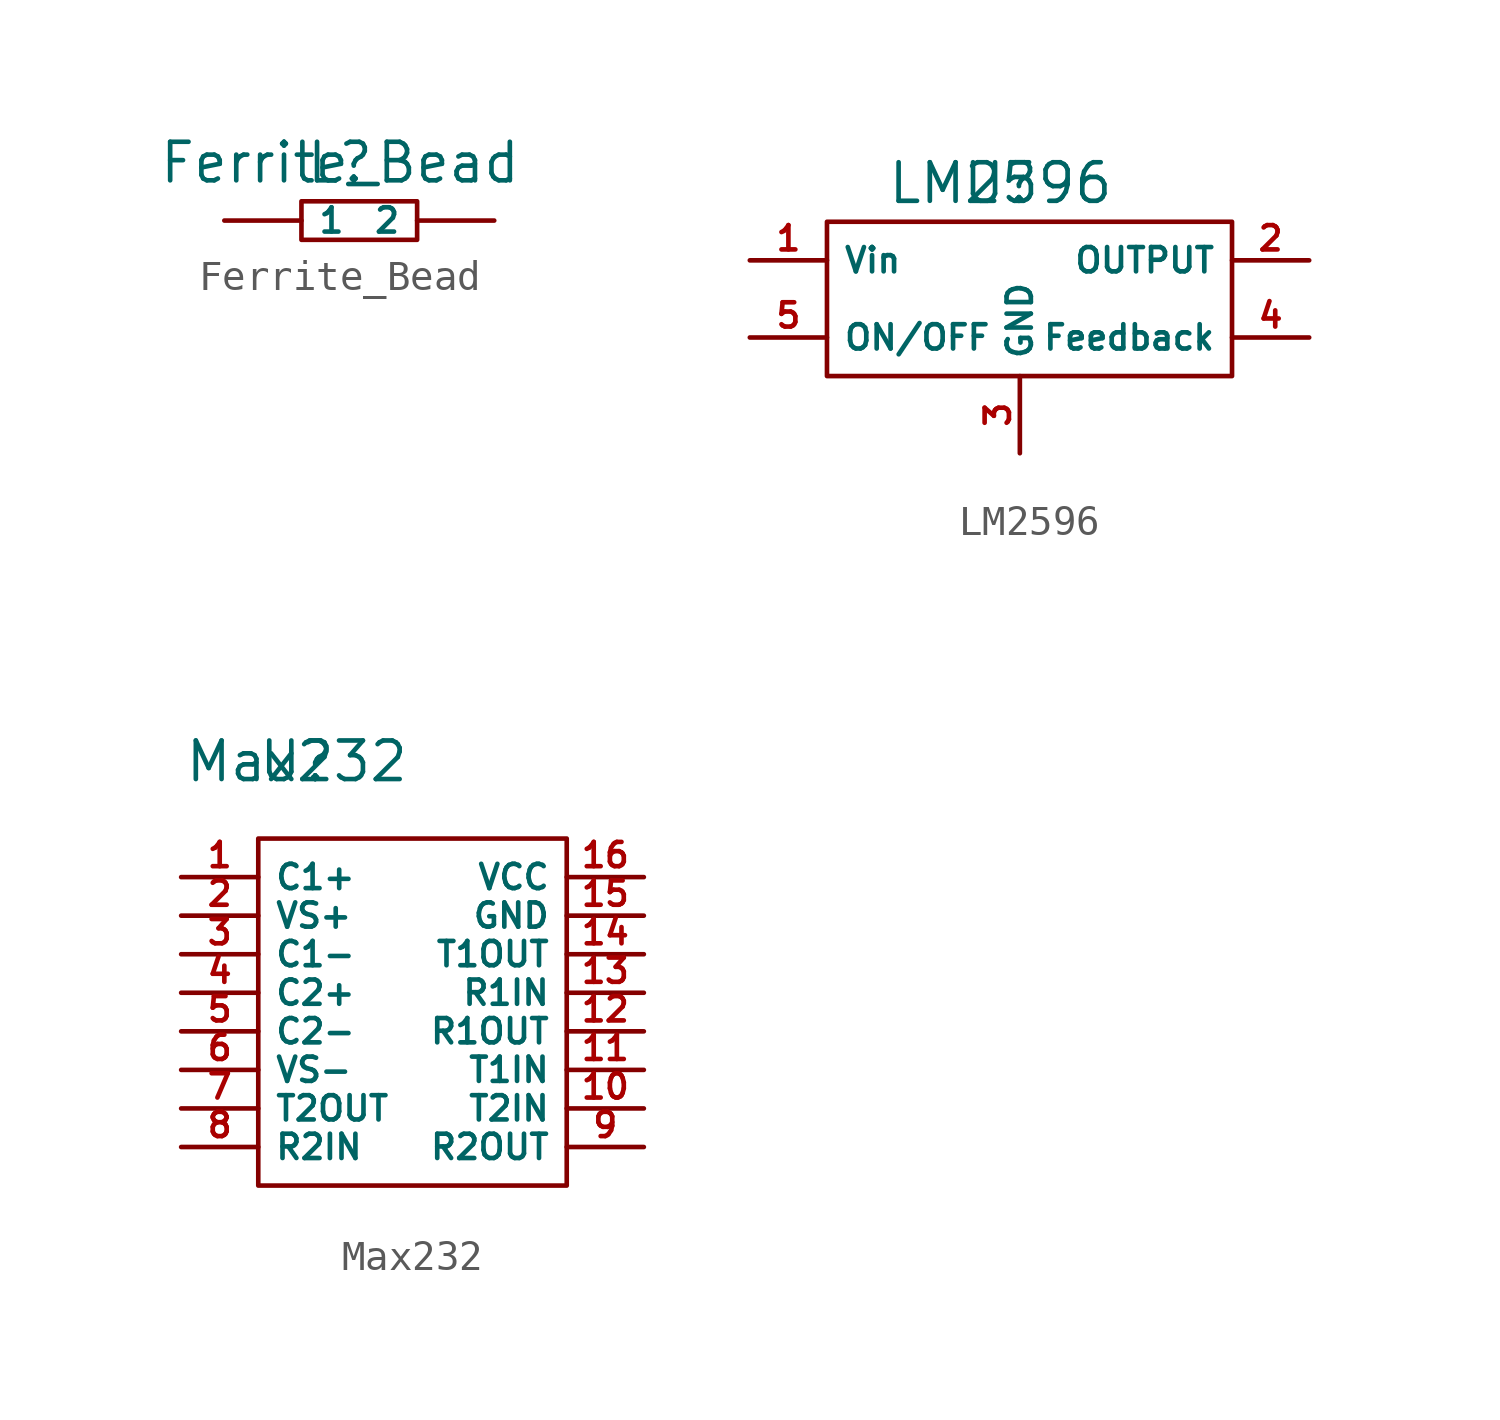
<source format=kicad_sym>
(kicad_symbol_lib
  (version 20211014)
  (generator kicad_symbol_editor)
  (symbol "Ferrite_Bead"
    (property "Reference" "L"
      (at 0.635 3.175 0)
      (effects (font (size 1.27 1.27))))
    (property "Value" "Ferrite_Bead"
      (at 0.635 3.175 0)
      (effects (font (size 1.27 1.27))))
    (symbol "Ferrite_Bead_0_1"
      (rectangle (start -0.635 1.905) (end 3.175 0.635) (stroke (width 0) (type default) (color 0 0 0 0)) (fill (type none))))
    (symbol "Ferrite_Bead_1_1"
      (pin passive line (at -3.175 1.27 0) (length 2.54) (name "1" (effects (font (size 0.8 0.8)))) (number "" (effects (font (size 0.8 0.8)))))
      (pin passive line (at 5.715 1.27 180) (length 2.54) (name "2" (effects (font (size 0.8 0.8)))) (number "" (effects (font (size 0.8 0.8)))))))
  (symbol "LM2596"
    (property "Reference" "U"
      (at 2.54 6.35 0)
      (effects (font (size 1.27 1.27))))
    (property "Value" "LM2596"
      (at 2.54 6.35 0)
      (effects (font (size 1.27 1.27))))
    (symbol "LM2596_0_1"
      (rectangle (start -3.175 5.08) (end 10.16 0) (stroke (width 0) (type default) (color 0 0 0 0)) (fill (type none))))
    (symbol "LM2596_1_1"
      (pin input line (at -5.715 3.81 0) (length 2.54) (name "Vin" (effects (font (size 0.8 0.8)))) (number "1" (effects (font (size 0.8 0.8)))))
      (pin output line (at 12.7 3.81 180) (length 2.54) (name "OUTPUT" (effects (font (size 0.8 0.8)))) (number "2" (effects (font (size 0.8 0.8)))))
      (pin power_in line (at 3.175 -2.54 90) (length 2.54) (name "GND" (effects (font (size 0.8 0.8)))) (number "3" (effects (font (size 0.8 0.8)))))
      (pin input line (at 12.7 1.27 180) (length 2.54) (name "Feedback" (effects (font (size 0.8 0.8)))) (number "4" (effects (font (size 0.8 0.8)))))
      (pin power_in line (at -5.715 1.27 0) (length 2.54) (name "ON/OFF" (effects (font (size 0.8 0.8)))) (number "5" (effects (font (size 0.8 0.8)))))))
  (symbol "Max232"
    (property "Reference" "U"
      (at 0 8.89 0)
      (effects (font (size 1.27 1.27))))
    (property "Value" "Max232"
      (at 0 8.89 0)
      (effects (font (size 1.27 1.27))))
    (symbol "Max232_0_1"
      (rectangle (start -1.27 6.35) (end 8.89 -5.08) (stroke (width 0) (type default) (color 0 0 0 0)) (fill (type none))))
    (symbol "Max232_1_1"
      (pin passive line (at -3.81 5.08 0) (length 2.54) (name "C1+" (effects (font (size 0.8 0.8)))) (number "1" (effects (font (size 0.8 0.8)))))
      (pin input line (at 11.43 -2.54 180) (length 2.54) (name "T2IN" (effects (font (size 0.8 0.8)))) (number "10" (effects (font (size 0.8 0.8)))))
      (pin input line (at 11.43 -1.27 180) (length 2.54) (name "T1IN" (effects (font (size 0.8 0.8)))) (number "11" (effects (font (size 0.8 0.8)))))
      (pin output line (at 11.43 0 180) (length 2.54) (name "R1OUT" (effects (font (size 0.8 0.8)))) (number "12" (effects (font (size 0.8 0.8)))))
      (pin input line (at 11.43 1.27 180) (length 2.54) (name "R1IN" (effects (font (size 0.8 0.8)))) (number "13" (effects (font (size 0.8 0.8)))))
      (pin output line (at 11.43 2.54 180) (length 2.54) (name "T1OUT" (effects (font (size 0.8 0.8)))) (number "14" (effects (font (size 0.8 0.8)))))
      (pin power_in line (at 11.43 3.81 180) (length 2.54) (name "GND" (effects (font (size 0.8 0.8)))) (number "15" (effects (font (size 0.8 0.8)))))
      (pin power_in line (at 11.43 5.08 180) (length 2.54) (name "VCC" (effects (font (size 0.8 0.8)))) (number "16" (effects (font (size 0.8 0.8)))))
      (pin output line (at -3.81 3.81 0) (length 2.54) (name "VS+" (effects (font (size 0.8 0.8)))) (number "2" (effects (font (size 0.8 0.8)))))
      (pin passive line (at -3.81 2.54 0) (length 2.54) (name "C1-" (effects (font (size 0.8 0.8)))) (number "3" (effects (font (size 0.8 0.8)))))
      (pin passive line (at -3.81 1.27 0) (length 2.54) (name "C2+" (effects (font (size 0.8 0.8)))) (number "4" (effects (font (size 0.8 0.8)))))
      (pin passive line (at -3.81 0 0) (length 2.54) (name "C2-" (effects (font (size 0.8 0.8)))) (number "5" (effects (font (size 0.8 0.8)))))
      (pin output line (at -3.81 -1.27 0) (length 2.54) (name "VS-" (effects (font (size 0.8 0.8)))) (number "6" (effects (font (size 0.8 0.8)))))
      (pin output line (at -3.81 -2.54 0) (length 2.54) (name "T2OUT" (effects (font (size 0.8 0.8)))) (number "7" (effects (font (size 0.8 0.8)))))
      (pin input line (at -3.81 -3.81 0) (length 2.54) (name "R2IN" (effects (font (size 0.8 0.8)))) (number "8" (effects (font (size 0.8 0.8)))))
      (pin output line (at 11.43 -3.81 180) (length 2.54) (name "R2OUT" (effects (font (size 0.8 0.8)))) (number "9" (effects (font (size 0.8 0.8))))))))
</source>
